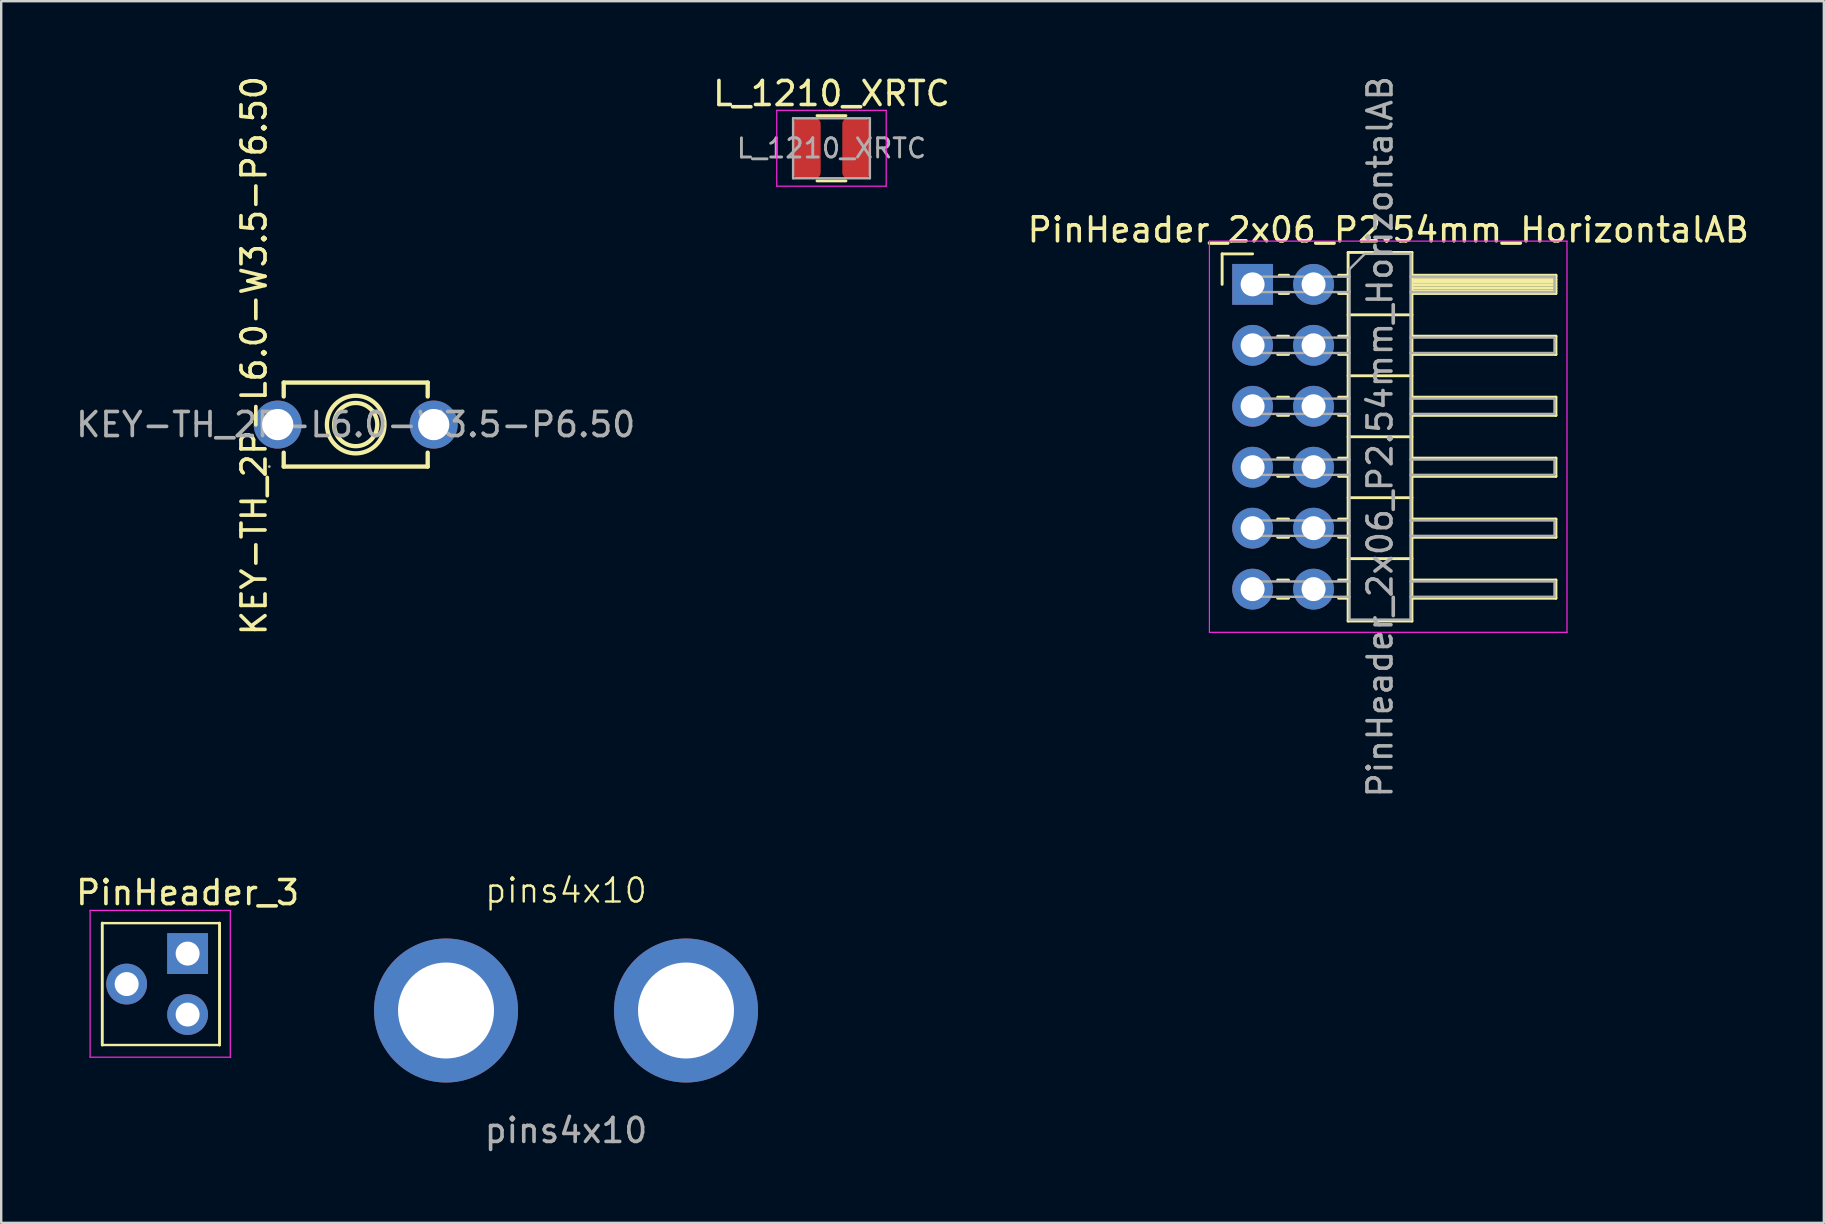
<source format=kicad_pcb>
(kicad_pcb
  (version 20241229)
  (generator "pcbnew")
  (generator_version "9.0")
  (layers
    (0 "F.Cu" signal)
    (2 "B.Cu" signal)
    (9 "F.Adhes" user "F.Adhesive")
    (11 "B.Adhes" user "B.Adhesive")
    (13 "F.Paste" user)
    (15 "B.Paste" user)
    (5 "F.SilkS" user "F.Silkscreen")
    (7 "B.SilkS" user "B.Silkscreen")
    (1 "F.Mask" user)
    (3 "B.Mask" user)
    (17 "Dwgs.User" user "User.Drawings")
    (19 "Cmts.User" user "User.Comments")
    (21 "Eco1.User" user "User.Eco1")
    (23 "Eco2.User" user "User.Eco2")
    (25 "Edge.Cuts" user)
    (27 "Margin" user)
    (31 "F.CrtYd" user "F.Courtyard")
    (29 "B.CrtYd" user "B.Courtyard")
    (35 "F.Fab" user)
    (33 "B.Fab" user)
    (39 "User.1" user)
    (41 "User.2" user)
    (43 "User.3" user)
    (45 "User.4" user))
  (footprint "KEY-TH_2P-L6.0-W3.5-P6.50"
    (layer "F.Cu")
    (at 11.772 14.642)
    (property "Reference" "KEY-TH_2P-L6.0-W3.5-P6.50" (at -4.235 -2.87 270) (layer "F.SilkS") (effects (font (size 1 1) (thickness 0.153))))
    (attr through_hole)
    (fp_line (start -3 -1.75) (end -3 -1.17) (stroke (width 0.18) (type solid)) (layer "F.SilkS"))
    (fp_line (start -3 1.17) (end -3 1.75) (stroke (width 0.18) (type solid)) (layer "F.SilkS"))
    (fp_line (start -3 1.75) (end 3 1.75) (stroke (width 0.18) (type solid)) (layer "F.SilkS"))
    (fp_line (start 3 -1.75) (end -3 -1.75) (stroke (width 0.18) (type solid)) (layer "F.SilkS"))
    (fp_line (start 3 -1.75) (end 3 -1.17) (stroke (width 0.18) (type solid)) (layer "F.SilkS"))
    (fp_line (start 3 1.17) (end 3 1.75) (stroke (width 0.18) (type solid)) (layer "F.SilkS"))
    (fp_circle (center 0 0) (end 0.9 0) (stroke (width 0.18) (type solid)) (fill no) (layer "F.SilkS"))
    (fp_circle (center 0 0) (end 1.2 0) (stroke (width 0.18) (type solid)) (fill no) (layer "F.SilkS"))
    (fp_circle (center -3.6 1.75) (end -3.57 1.75) (stroke (width 0.06) (type solid)) (fill no) (layer "F.Fab"))
    (fp_text user "${REFERENCE}" (at 0 0 0) (layer "F.Fab") (effects (font (size 1 1) (thickness 0.153))))
    (pad "1" thru_hole circle (at -3.25 0 180) (size 2 2) (drill 1.3) (layers "*.Cu" "*.Mask"))
    (pad "2" thru_hole circle (at 3.25 0 180) (size 2 2) (drill 1.3) (layers "*.Cu" "*.Mask")))
  (footprint "PinHeader_2x06_P2.54mm_HorizontalAB"
    (layer "F.Cu")
    (at 49.146 8.799)
    (property "Reference" "PinHeader_2x06_P2.54mm_HorizontalAB" (at 5.655 -2.27 0) (layer "F.SilkS") (effects (font (size 1 1) (thickness 0.15))))
    (attr through_hole)
    (fp_line (start -1.27 -1.27) (end 0 -1.27) (stroke (width 0.12) (type solid)) (layer "F.SilkS"))
    (fp_line (start -1.27 0) (end -1.27 -1.27) (stroke (width 0.12) (type solid)) (layer "F.SilkS"))
    (fp_line (start 1.043 2.16) (end 1.497 2.16) (stroke (width 0.12) (type solid)) (layer "F.SilkS"))
    (fp_line (start 1.043 2.92) (end 1.497 2.92) (stroke (width 0.12) (type solid)) (layer "F.SilkS"))
    (fp_line (start 1.043 4.7) (end 1.497 4.7) (stroke (width 0.12) (type solid)) (layer "F.SilkS"))
    (fp_line (start 1.043 5.46) (end 1.497 5.46) (stroke (width 0.12) (type solid)) (layer "F.SilkS"))
    (fp_line (start 1.043 7.24) (end 1.497 7.24) (stroke (width 0.12) (type solid)) (layer "F.SilkS"))
    (fp_line (start 1.043 8) (end 1.497 8) (stroke (width 0.12) (type solid)) (layer "F.SilkS"))
    (fp_line (start 1.043 9.78) (end 1.497 9.78) (stroke (width 0.12) (type solid)) (layer "F.SilkS"))
    (fp_line (start 1.043 10.54) (end 1.497 10.54) (stroke (width 0.12) (type solid)) (layer "F.SilkS"))
    (fp_line (start 1.043 12.32) (end 1.497 12.32) (stroke (width 0.12) (type solid)) (layer "F.SilkS"))
    (fp_line (start 1.043 13.08) (end 1.497 13.08) (stroke (width 0.12) (type solid)) (layer "F.SilkS"))
    (fp_line (start 1.11 -0.38) (end 1.497 -0.38) (stroke (width 0.12) (type solid)) (layer "F.SilkS"))
    (fp_line (start 1.11 0.38) (end 1.497 0.38) (stroke (width 0.12) (type solid)) (layer "F.SilkS"))
    (fp_line (start 3.583 -0.38) (end 3.98 -0.38) (stroke (width 0.12) (type solid)) (layer "F.SilkS"))
    (fp_line (start 3.583 0.38) (end 3.98 0.38) (stroke (width 0.12) (type solid)) (layer "F.SilkS"))
    (fp_line (start 3.583 2.16) (end 3.98 2.16) (stroke (width 0.12) (type solid)) (layer "F.SilkS"))
    (fp_line (start 3.583 2.92) (end 3.98 2.92) (stroke (width 0.12) (type solid)) (layer "F.SilkS"))
    (fp_line (start 3.583 4.7) (end 3.98 4.7) (stroke (width 0.12) (type solid)) (layer "F.SilkS"))
    (fp_line (start 3.583 5.46) (end 3.98 5.46) (stroke (width 0.12) (type solid)) (layer "F.SilkS"))
    (fp_line (start 3.583 7.24) (end 3.98 7.24) (stroke (width 0.12) (type solid)) (layer "F.SilkS"))
    (fp_line (start 3.583 8) (end 3.98 8) (stroke (width 0.12) (type solid)) (layer "F.SilkS"))
    (fp_line (start 3.583 9.78) (end 3.98 9.78) (stroke (width 0.12) (type solid)) (layer "F.SilkS"))
    (fp_line (start 3.583 10.54) (end 3.98 10.54) (stroke (width 0.12) (type solid)) (layer "F.SilkS"))
    (fp_line (start 3.583 12.32) (end 3.98 12.32) (stroke (width 0.12) (type solid)) (layer "F.SilkS"))
    (fp_line (start 3.583 13.08) (end 3.98 13.08) (stroke (width 0.12) (type solid)) (layer "F.SilkS"))
    (fp_line (start 3.98 -1.33) (end 3.98 14.03) (stroke (width 0.12) (type solid)) (layer "F.SilkS"))
    (fp_line (start 3.98 1.27) (end 6.64 1.27) (stroke (width 0.12) (type solid)) (layer "F.SilkS"))
    (fp_line (start 3.98 3.81) (end 6.64 3.81) (stroke (width 0.12) (type solid)) (layer "F.SilkS"))
    (fp_line (start 3.98 6.35) (end 6.64 6.35) (stroke (width 0.12) (type solid)) (layer "F.SilkS"))
    (fp_line (start 3.98 8.89) (end 6.64 8.89) (stroke (width 0.12) (type solid)) (layer "F.SilkS"))
    (fp_line (start 3.98 11.43) (end 6.64 11.43) (stroke (width 0.12) (type solid)) (layer "F.SilkS"))
    (fp_line (start 3.98 14.03) (end 6.64 14.03) (stroke (width 0.12) (type solid)) (layer "F.SilkS"))
    (fp_line (start 6.64 -1.33) (end 3.98 -1.33) (stroke (width 0.12) (type solid)) (layer "F.SilkS"))
    (fp_line (start 6.64 -0.38) (end 12.64 -0.38) (stroke (width 0.12) (type solid)) (layer "F.SilkS"))
    (fp_line (start 6.64 -0.32) (end 12.64 -0.32) (stroke (width 0.12) (type solid)) (layer "F.SilkS"))
    (fp_line (start 6.64 -0.2) (end 12.64 -0.2) (stroke (width 0.12) (type solid)) (layer "F.SilkS"))
    (fp_line (start 6.64 -0.08) (end 12.64 -0.08) (stroke (width 0.12) (type solid)) (layer "F.SilkS"))
    (fp_line (start 6.64 0.04) (end 12.64 0.04) (stroke (width 0.12) (type solid)) (layer "F.SilkS"))
    (fp_line (start 6.64 0.16) (end 12.64 0.16) (stroke (width 0.12) (type solid)) (layer "F.SilkS"))
    (fp_line (start 6.64 0.28) (end 12.64 0.28) (stroke (width 0.12) (type solid)) (layer "F.SilkS"))
    (fp_line (start 6.64 2.16) (end 12.64 2.16) (stroke (width 0.12) (type solid)) (layer "F.SilkS"))
    (fp_line (start 6.64 4.7) (end 12.64 4.7) (stroke (width 0.12) (type solid)) (layer "F.SilkS"))
    (fp_line (start 6.64 7.24) (end 12.64 7.24) (stroke (width 0.12) (type solid)) (layer "F.SilkS"))
    (fp_line (start 6.64 9.78) (end 12.64 9.78) (stroke (width 0.12) (type solid)) (layer "F.SilkS"))
    (fp_line (start 6.64 12.32) (end 12.64 12.32) (stroke (width 0.12) (type solid)) (layer "F.SilkS"))
    (fp_line (start 6.64 14.03) (end 6.64 -1.33) (stroke (width 0.12) (type solid)) (layer "F.SilkS"))
    (fp_line (start 12.64 -0.38) (end 12.64 0.38) (stroke (width 0.12) (type solid)) (layer "F.SilkS"))
    (fp_line (start 12.64 0.38) (end 6.64 0.38) (stroke (width 0.12) (type solid)) (layer "F.SilkS"))
    (fp_line (start 12.64 2.16) (end 12.64 2.92) (stroke (width 0.12) (type solid)) (layer "F.SilkS"))
    (fp_line (start 12.64 2.92) (end 6.64 2.92) (stroke (width 0.12) (type solid)) (layer "F.SilkS"))
    (fp_line (start 12.64 4.7) (end 12.64 5.46) (stroke (width 0.12) (type solid)) (layer "F.SilkS"))
    (fp_line (start 12.64 5.46) (end 6.64 5.46) (stroke (width 0.12) (type solid)) (layer "F.SilkS"))
    (fp_line (start 12.64 7.24) (end 12.64 8) (stroke (width 0.12) (type solid)) (layer "F.SilkS"))
    (fp_line (start 12.64 8) (end 6.64 8) (stroke (width 0.12) (type solid)) (layer "F.SilkS"))
    (fp_line (start 12.64 9.78) (end 12.64 10.54) (stroke (width 0.12) (type solid)) (layer "F.SilkS"))
    (fp_line (start 12.64 10.54) (end 6.64 10.54) (stroke (width 0.12) (type solid)) (layer "F.SilkS"))
    (fp_line (start 12.64 12.32) (end 12.64 13.08) (stroke (width 0.12) (type solid)) (layer "F.SilkS"))
    (fp_line (start 12.64 13.08) (end 6.64 13.08) (stroke (width 0.12) (type solid)) (layer "F.SilkS"))
    (fp_line (start -1.8 -1.8) (end -1.8 14.5) (stroke (width 0.05) (type solid)) (layer "F.CrtYd"))
    (fp_line (start -1.8 14.5) (end 13.1 14.5) (stroke (width 0.05) (type solid)) (layer "F.CrtYd"))
    (fp_line (start 13.1 -1.8) (end -1.8 -1.8) (stroke (width 0.05) (type solid)) (layer "F.CrtYd"))
    (fp_line (start 13.1 14.5) (end 13.1 -1.8) (stroke (width 0.05) (type solid)) (layer "F.CrtYd"))
    (fp_line (start -0.32 -0.32) (end -0.32 0.32) (stroke (width 0.1) (type solid)) (layer "F.Fab"))
    (fp_line (start -0.32 -0.32) (end 4.04 -0.32) (stroke (width 0.1) (type solid)) (layer "F.Fab"))
    (fp_line (start -0.32 0.32) (end 4.04 0.32) (stroke (width 0.1) (type solid)) (layer "F.Fab"))
    (fp_line (start -0.32 2.22) (end -0.32 2.86) (stroke (width 0.1) (type solid)) (layer "F.Fab"))
    (fp_line (start -0.32 2.22) (end 4.04 2.22) (stroke (width 0.1) (type solid)) (layer "F.Fab"))
    (fp_line (start -0.32 2.86) (end 4.04 2.86) (stroke (width 0.1) (type solid)) (layer "F.Fab"))
    (fp_line (start -0.32 4.76) (end -0.32 5.4) (stroke (width 0.1) (type solid)) (layer "F.Fab"))
    (fp_line (start -0.32 4.76) (end 4.04 4.76) (stroke (width 0.1) (type solid)) (layer "F.Fab"))
    (fp_line (start -0.32 5.4) (end 4.04 5.4) (stroke (width 0.1) (type solid)) (layer "F.Fab"))
    (fp_line (start -0.32 7.3) (end -0.32 7.94) (stroke (width 0.1) (type solid)) (layer "F.Fab"))
    (fp_line (start -0.32 7.3) (end 4.04 7.3) (stroke (width 0.1) (type solid)) (layer "F.Fab"))
    (fp_line (start -0.32 7.94) (end 4.04 7.94) (stroke (width 0.1) (type solid)) (layer "F.Fab"))
    (fp_line (start -0.32 9.84) (end -0.32 10.48) (stroke (width 0.1) (type solid)) (layer "F.Fab"))
    (fp_line (start -0.32 9.84) (end 4.04 9.84) (stroke (width 0.1) (type solid)) (layer "F.Fab"))
    (fp_line (start -0.32 10.48) (end 4.04 10.48) (stroke (width 0.1) (type solid)) (layer "F.Fab"))
    (fp_line (start -0.32 12.38) (end -0.32 13.02) (stroke (width 0.1) (type solid)) (layer "F.Fab"))
    (fp_line (start -0.32 12.38) (end 4.04 12.38) (stroke (width 0.1) (type solid)) (layer "F.Fab"))
    (fp_line (start -0.32 13.02) (end 4.04 13.02) (stroke (width 0.1) (type solid)) (layer "F.Fab"))
    (fp_line (start 4.04 -0.635) (end 4.675 -1.27) (stroke (width 0.1) (type solid)) (layer "F.Fab"))
    (fp_line (start 4.04 13.97) (end 4.04 -0.635) (stroke (width 0.1) (type solid)) (layer "F.Fab"))
    (fp_line (start 4.675 -1.27) (end 6.58 -1.27) (stroke (width 0.1) (type solid)) (layer "F.Fab"))
    (fp_line (start 6.58 -1.27) (end 6.58 13.97) (stroke (width 0.1) (type solid)) (layer "F.Fab"))
    (fp_line (start 6.58 -0.32) (end 12.58 -0.32) (stroke (width 0.1) (type solid)) (layer "F.Fab"))
    (fp_line (start 6.58 0.32) (end 12.58 0.32) (stroke (width 0.1) (type solid)) (layer "F.Fab"))
    (fp_line (start 6.58 2.22) (end 12.58 2.22) (stroke (width 0.1) (type solid)) (layer "F.Fab"))
    (fp_line (start 6.58 2.86) (end 12.58 2.86) (stroke (width 0.1) (type solid)) (layer "F.Fab"))
    (fp_line (start 6.58 4.76) (end 12.58 4.76) (stroke (width 0.1) (type solid)) (layer "F.Fab"))
    (fp_line (start 6.58 5.4) (end 12.58 5.4) (stroke (width 0.1) (type solid)) (layer "F.Fab"))
    (fp_line (start 6.58 7.3) (end 12.58 7.3) (stroke (width 0.1) (type solid)) (layer "F.Fab"))
    (fp_line (start 6.58 7.94) (end 12.58 7.94) (stroke (width 0.1) (type solid)) (layer "F.Fab"))
    (fp_line (start 6.58 9.84) (end 12.58 9.84) (stroke (width 0.1) (type solid)) (layer "F.Fab"))
    (fp_line (start 6.58 10.48) (end 12.58 10.48) (stroke (width 0.1) (type solid)) (layer "F.Fab"))
    (fp_line (start 6.58 12.38) (end 12.58 12.38) (stroke (width 0.1) (type solid)) (layer "F.Fab"))
    (fp_line (start 6.58 13.02) (end 12.58 13.02) (stroke (width 0.1) (type solid)) (layer "F.Fab"))
    (fp_line (start 6.58 13.97) (end 4.04 13.97) (stroke (width 0.1) (type solid)) (layer "F.Fab"))
    (fp_line (start 12.58 -0.32) (end 12.58 0.32) (stroke (width 0.1) (type solid)) (layer "F.Fab"))
    (fp_line (start 12.58 2.22) (end 12.58 2.86) (stroke (width 0.1) (type solid)) (layer "F.Fab"))
    (fp_line (start 12.58 4.76) (end 12.58 5.4) (stroke (width 0.1) (type solid)) (layer "F.Fab"))
    (fp_line (start 12.58 7.3) (end 12.58 7.94) (stroke (width 0.1) (type solid)) (layer "F.Fab"))
    (fp_line (start 12.58 9.84) (end 12.58 10.48) (stroke (width 0.1) (type solid)) (layer "F.Fab"))
    (fp_line (start 12.58 12.38) (end 12.58 13.02) (stroke (width 0.1) (type solid)) (layer "F.Fab"))
    (fp_text user "${REFERENCE}" (at 5.31 6.35 90) (layer "F.Fab") (effects (font (size 1 1) (thickness 0.15))))
    (pad "a1" thru_hole rect (at 0 0) (size 1.7 1.7) (drill 1) (layers "*.Cu" "*.Mask"))
    (pad "a2" thru_hole oval (at 0 2.54) (size 1.7 1.7) (drill 1) (layers "*.Cu" "*.Mask"))
    (pad "a3" thru_hole oval (at 0 5.08) (size 1.7 1.7) (drill 1) (layers "*.Cu" "*.Mask"))
    (pad "a4" thru_hole oval (at 0 7.62) (size 1.7 1.7) (drill 1) (layers "*.Cu" "*.Mask"))
    (pad "a5" thru_hole oval (at 0 10.16) (size 1.7 1.7) (drill 1) (layers "*.Cu" "*.Mask"))
    (pad "a6" thru_hole oval (at 0 12.7) (size 1.7 1.7) (drill 1) (layers "*.Cu" "*.Mask"))
    (pad "b1" thru_hole oval (at 2.54 0) (size 1.7 1.7) (drill 1) (layers "*.Cu" "*.Mask"))
    (pad "b2" thru_hole oval (at 2.54 2.54) (size 1.7 1.7) (drill 1) (layers "*.Cu" "*.Mask"))
    (pad "b3" thru_hole oval (at 2.54 5.08) (size 1.7 1.7) (drill 1) (layers "*.Cu" "*.Mask"))
    (pad "b4" thru_hole oval (at 2.54 7.62) (size 1.7 1.7) (drill 1) (layers "*.Cu" "*.Mask"))
    (pad "b5" thru_hole oval (at 2.54 10.16) (size 1.7 1.7) (drill 1) (layers "*.Cu" "*.Mask"))
    (pad "b6" thru_hole oval (at 2.54 12.7) (size 1.7 1.7) (drill 1) (layers "*.Cu" "*.Mask")))
  (footprint "PinHeader_3"
    (layer "F.Cu")
    (at 4.768 36.686)
    (property "Reference" "PinHeader_3" (at 0 -2.54 0) (layer "F.SilkS") (effects (font (size 1 1) (thickness 0.15))))
    (attr through_hole)
    (fp_line (start -3.556 -1.27) (end -3.556 3.81) (stroke (width 0.12) (type solid)) (layer "F.SilkS"))
    (fp_line (start -3.556 -1.27) (end 1.33 -1.27) (stroke (width 0.1) (type default)) (layer "F.SilkS"))
    (fp_line (start -3.556 3.81) (end 1.33 3.81) (stroke (width 0.1) (type default)) (layer "F.SilkS"))
    (fp_line (start 1.33 -1.27) (end 1.33 3.81) (stroke (width 0.12) (type solid)) (layer "F.SilkS"))
    (fp_line (start -4.064 -1.8) (end -4.064 4.318) (stroke (width 0.05) (type solid)) (layer "F.CrtYd"))
    (fp_line (start -4.064 4.318) (end 1.8 4.318) (stroke (width 0.05) (type solid)) (layer "F.CrtYd"))
    (fp_line (start 1.778 4.329) (end 1.778 -1.789) (stroke (width 0.05) (type solid)) (layer "F.CrtYd"))
    (fp_line (start 1.8 -1.8) (end -4.064 -1.8) (stroke (width 0.05) (type solid)) (layer "F.CrtYd"))
    (pad "1" thru_hole rect (at 0 0) (size 1.7 1.7) (drill 1) (layers "*.Cu" "*.Mask"))
    (pad "2" thru_hole oval (at -2.54 1.27) (size 1.7 1.7) (drill 1) (layers "*.Cu" "*.Mask"))
    (pad "3" thru_hole oval (at 0 2.54) (size 1.7 1.7) (drill 1) (layers "*.Cu" "*.Mask")))
  (footprint "L_1210_XRTC"
    (layer "F.Cu")
    (at 31.598 3.128)
    (property "Reference" "L_1210_XRTC" (at 0 -2.28 0) (layer "F.SilkS") (effects (font (size 1 1) (thickness 0.15))))
    (attr smd)
    (fp_line (start -0.602 -1.36) (end 0.602 -1.36) (stroke (width 0.12) (type solid)) (layer "F.SilkS"))
    (fp_line (start -0.602 1.36) (end 0.602 1.36) (stroke (width 0.12) (type solid)) (layer "F.SilkS"))
    (fp_line (start -2.28 -1.58) (end 2.28 -1.58) (stroke (width 0.05) (type solid)) (layer "F.CrtYd"))
    (fp_line (start -2.28 1.58) (end -2.28 -1.58) (stroke (width 0.05) (type solid)) (layer "F.CrtYd"))
    (fp_line (start 2.28 -1.58) (end 2.28 1.58) (stroke (width 0.05) (type solid)) (layer "F.CrtYd"))
    (fp_line (start 2.28 1.58) (end -2.28 1.58) (stroke (width 0.05) (type solid)) (layer "F.CrtYd"))
    (fp_line (start -1.6 -1.25) (end 1.6 -1.25) (stroke (width 0.1) (type solid)) (layer "F.Fab"))
    (fp_line (start -1.6 1.25) (end -1.6 -1.25) (stroke (width 0.1) (type solid)) (layer "F.Fab"))
    (fp_line (start 1.6 -1.25) (end 1.6 1.25) (stroke (width 0.1) (type solid)) (layer "F.Fab"))
    (fp_line (start 1.6 1.25) (end -1.6 1.25) (stroke (width 0.1) (type solid)) (layer "F.Fab"))
    (fp_text user "${REFERENCE}" (at 0 0 0) (layer "F.Fab") (effects (font (size 0.8 0.8) (thickness 0.12))))
    (pad "1" smd roundrect (at -1.025 0) (size 1.15 2.5) (layers "F.Cu" "F.Mask" "F.Paste") (roundrect_rratio 0.2))
    (pad "2" smd roundrect (at 1.025 0) (size 1.15 2.5) (layers "F.Cu" "F.Mask" "F.Paste") (roundrect_rratio 0.2)))
  (footprint "pins4x10"
    (layer "F.Cu")
    (at 15.536 39.058)
    (property "Reference" "pins4x10" (at 5 -5 0) (unlocked yes) (layer "F.SilkS") (effects (font (size 1 1) (thickness 0.1))))
    (attr through_hole)
    (fp_text user "${REFERENCE}" (at 5 5 0) (unlocked yes) (layer "F.Fab") (effects (font (size 1 1) (thickness 0.15))))
    (pad "1" thru_hole circle (at 0 0) (size 6 6) (drill 4) (layers "*.Cu" "*.Mask"))
    (pad "2" thru_hole circle (at 10 0) (size 6 6) (drill 4) (layers "*.Cu" "*.Mask")))
  (gr_rect
    (start -3 -3)
    (end 72.949 47.906)
    (stroke (width 0.1) (type default))
    (fill no)
    (layer "Edge.Cuts")))
</source>
